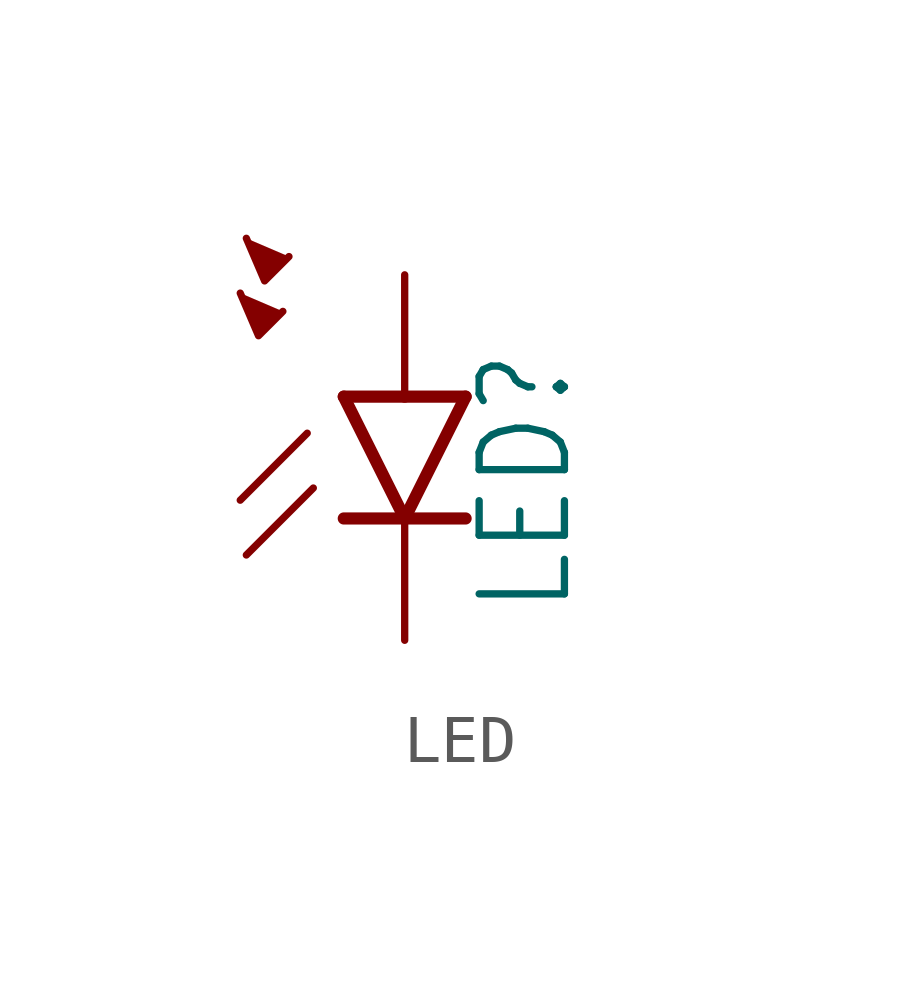
<source format=kicad_sym>
(kicad_symbol_lib
  (version 20241209)
  (generator "kicad_symbol_editor")
  (generator_version "9.0")
  (symbol "LED"
    (property "Reference" "LED"
      (at 3.556 -4.572 90)
      (effects (font (size 1.778 1.511)) (justify left bottom)))
    (property "Value" ""
      (at 5.715 -4.572 90)
      (effects (font (size 1.778 1.511)) (justify left bottom)))
    (property "ki_locked" ""
      (at 0 0 0)
      (effects (font (size 1.27 1.27))))
    (symbol "LED_1_0"
      (polyline (pts (xy -3.429 2.159) (xy -3.048 1.27) (xy -2.54 1.778)) (stroke (width 0.152) (type solid)) (fill (type outline)))
      (polyline (pts (xy -3.302 3.302) (xy -2.921 2.413) (xy -2.413 2.921)) (stroke (width 0.152) (type solid)) (fill (type outline)))
      (polyline (pts (xy -2.032 -0.762) (xy -3.429 -2.159)) (stroke (width 0.152) (type solid)) (fill (type none)))
      (polyline (pts (xy -1.905 -1.905) (xy -3.302 -3.302)) (stroke (width 0.152) (type solid)) (fill (type none)))
      (polyline (pts (xy 0 0) (xy -1.27 0)) (stroke (width 0.254) (type solid)) (fill (type none)))
      (polyline (pts (xy 0 -2.54) (xy -1.27 0)) (stroke (width 0.254) (type solid)) (fill (type none)))
      (polyline (pts (xy 0 -2.54) (xy -1.27 -2.54)) (stroke (width 0.254) (type solid)) (fill (type none)))
      (polyline (pts (xy 1.27 0) (xy 0 0)) (stroke (width 0.254) (type solid)) (fill (type none)))
      (polyline (pts (xy 1.27 0) (xy 0 -2.54)) (stroke (width 0.254) (type solid)) (fill (type none)))
      (polyline (pts (xy 1.27 -2.54) (xy 0 -2.54)) (stroke (width 0.254) (type solid)) (fill (type none)))
      (pin passive line (at 0 2.54 270) (length 2.54) (name "A" (effects (font (size 0 0)))) (number "A@1" (effects (font (size 0 0)))))
      (pin passive line (at 0 -5.08 90) (length 2.54) (name "C" (effects (font (size 0 0)))) (number "C@1" (effects (font (size 0 0))))))))
</source>
